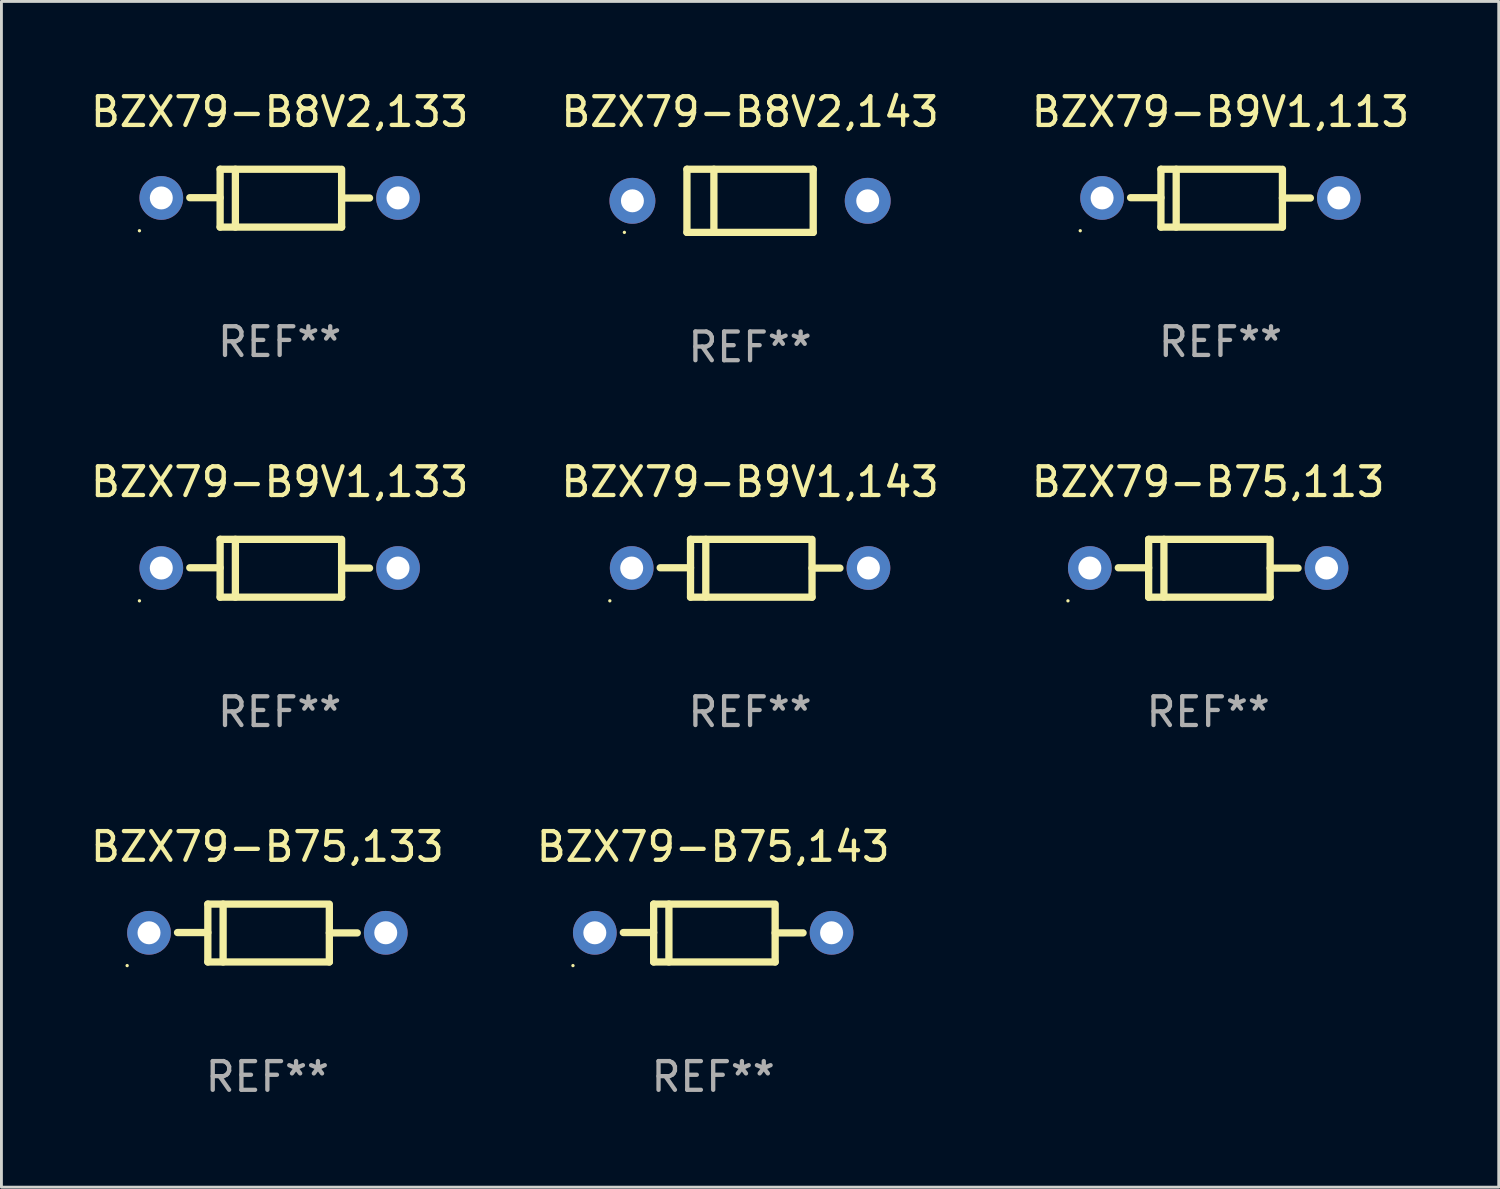
<source format=kicad_pcb>
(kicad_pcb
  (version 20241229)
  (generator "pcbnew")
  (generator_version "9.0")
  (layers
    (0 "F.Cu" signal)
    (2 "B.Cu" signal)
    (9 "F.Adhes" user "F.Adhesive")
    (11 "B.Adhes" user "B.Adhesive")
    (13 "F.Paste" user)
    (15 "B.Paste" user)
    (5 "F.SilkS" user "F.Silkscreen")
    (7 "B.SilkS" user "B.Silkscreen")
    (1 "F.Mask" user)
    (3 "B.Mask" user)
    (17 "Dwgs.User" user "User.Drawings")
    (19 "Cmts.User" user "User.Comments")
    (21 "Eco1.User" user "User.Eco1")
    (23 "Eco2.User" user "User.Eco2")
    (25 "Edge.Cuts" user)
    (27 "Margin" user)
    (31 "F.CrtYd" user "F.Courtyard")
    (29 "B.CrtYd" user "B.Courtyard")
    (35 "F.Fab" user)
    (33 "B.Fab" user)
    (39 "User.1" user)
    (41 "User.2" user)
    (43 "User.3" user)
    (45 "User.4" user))
  (footprint "BZX79-B75,133"
    (layer "F.Cu")
    (at 6.268 29.465)
    (property "Reference" "BZX79-B75,133" (at 0 -3.008 0) (layer "F.SilkS") (effects (font (size 1 1) (thickness 0.15))))
    (attr through_hole)
    (fp_line (start -2.075 -1.008) (end -2.075 1.008) (stroke (width 0.254) (type solid)) (layer "F.SilkS"))
    (fp_line (start -2.075 -0.017) (end -3.132 -0.017) (stroke (width 0.254) (type solid)) (layer "F.SilkS"))
    (fp_line (start -2.075 1.008) (end 2.159 1.008) (stroke (width 0.254) (type solid)) (layer "F.SilkS"))
    (fp_line (start -1.543 -1.008) (end -1.543 1.008) (stroke (width 0.254) (type solid)) (layer "F.SilkS"))
    (fp_line (start 2.075 -1.008) (end -2.075 -1.008) (stroke (width 0.254) (type solid)) (layer "F.SilkS"))
    (fp_line (start 2.159 -0.005) (end 3.132 -0.005) (stroke (width 0.254) (type solid)) (layer "F.SilkS"))
    (fp_line (start 2.159 1.008) (end 2.159 -1.008) (stroke (width 0.254) (type solid)) (layer "F.SilkS"))
    (fp_circle (center -4.887 1.135) (end -4.857 1.135) (stroke (width 0.06) (type solid)) (fill no) (layer "F.SilkS"))
    (fp_text user "REF**" (at 0 5.008 0) (layer "F.Fab") (effects (font (size 1 1) (thickness 0.15))))
    (pad "1" thru_hole circle (at -4.125 -0.008) (size 1.524 1.524) (drill 0.8) (layers "*.Cu" "*.Mask"))
    (pad "2" thru_hole circle (at 4.125 -0.008) (size 1.524 1.524) (drill 0.8) (layers "*.Cu" "*.Mask")))
  (footprint "BZX79-B9V1,113"
    (layer "F.Cu")
    (at 39.482 3.856)
    (property "Reference" "BZX79-B9V1,113" (at 0 -3.008 0) (layer "F.SilkS") (effects (font (size 1 1) (thickness 0.15))))
    (attr through_hole)
    (fp_line (start -2.075 -1.008) (end -2.075 1.008) (stroke (width 0.254) (type solid)) (layer "F.SilkS"))
    (fp_line (start -2.075 -0.017) (end -3.132 -0.017) (stroke (width 0.254) (type solid)) (layer "F.SilkS"))
    (fp_line (start -2.075 1.008) (end 2.159 1.008) (stroke (width 0.254) (type solid)) (layer "F.SilkS"))
    (fp_line (start -1.543 -1.008) (end -1.543 1.008) (stroke (width 0.254) (type solid)) (layer "F.SilkS"))
    (fp_line (start 2.075 -1.008) (end -2.075 -1.008) (stroke (width 0.254) (type solid)) (layer "F.SilkS"))
    (fp_line (start 2.159 -0.005) (end 3.132 -0.005) (stroke (width 0.254) (type solid)) (layer "F.SilkS"))
    (fp_line (start 2.159 1.008) (end 2.159 -1.008) (stroke (width 0.254) (type solid)) (layer "F.SilkS"))
    (fp_circle (center -4.887 1.135) (end -4.857 1.135) (stroke (width 0.06) (type solid)) (fill no) (layer "F.SilkS"))
    (fp_text user "REF**" (at 0 5.008 0) (layer "F.Fab") (effects (font (size 1 1) (thickness 0.15))))
    (pad "1" thru_hole circle (at -4.125 -0.008) (size 1.524 1.524) (drill 0.8) (layers "*.Cu" "*.Mask"))
    (pad "2" thru_hole circle (at 4.125 -0.008) (size 1.524 1.524) (drill 0.8) (layers "*.Cu" "*.Mask")))
  (footprint "BZX79-B9V1,143"
    (layer "F.Cu")
    (at 23.089 16.753)
    (property "Reference" "BZX79-B9V1,143" (at 0 -3.008 0) (layer "F.SilkS") (effects (font (size 1 1) (thickness 0.15))))
    (attr through_hole)
    (fp_line (start -2.075 -1.008) (end -2.075 1.008) (stroke (width 0.254) (type solid)) (layer "F.SilkS"))
    (fp_line (start -2.075 -0.017) (end -3.132 -0.017) (stroke (width 0.254) (type solid)) (layer "F.SilkS"))
    (fp_line (start -2.075 1.008) (end 2.159 1.008) (stroke (width 0.254) (type solid)) (layer "F.SilkS"))
    (fp_line (start -1.543 -1.008) (end -1.543 1.008) (stroke (width 0.254) (type solid)) (layer "F.SilkS"))
    (fp_line (start 2.075 -1.008) (end -2.075 -1.008) (stroke (width 0.254) (type solid)) (layer "F.SilkS"))
    (fp_line (start 2.159 -0.005) (end 3.132 -0.005) (stroke (width 0.254) (type solid)) (layer "F.SilkS"))
    (fp_line (start 2.159 1.008) (end 2.159 -1.008) (stroke (width 0.254) (type solid)) (layer "F.SilkS"))
    (fp_circle (center -4.887 1.135) (end -4.857 1.135) (stroke (width 0.06) (type solid)) (fill no) (layer "F.SilkS"))
    (fp_text user "REF**" (at 0 5.008 0) (layer "F.Fab") (effects (font (size 1 1) (thickness 0.15))))
    (pad "1" thru_hole circle (at -4.125 -0.008) (size 1.524 1.524) (drill 0.8) (layers "*.Cu" "*.Mask"))
    (pad "2" thru_hole circle (at 4.125 -0.008) (size 1.524 1.524) (drill 0.8) (layers "*.Cu" "*.Mask")))
  (footprint "BZX79-B8V2,133"
    (layer "F.Cu")
    (at 6.696 3.856)
    (property "Reference" "BZX79-B8V2,133" (at 0 -3.008 0) (layer "F.SilkS") (effects (font (size 1 1) (thickness 0.15))))
    (attr through_hole)
    (fp_line (start -2.075 -1.008) (end -2.075 1.008) (stroke (width 0.254) (type solid)) (layer "F.SilkS"))
    (fp_line (start -2.075 -0.017) (end -3.132 -0.017) (stroke (width 0.254) (type solid)) (layer "F.SilkS"))
    (fp_line (start -2.075 1.008) (end 2.159 1.008) (stroke (width 0.254) (type solid)) (layer "F.SilkS"))
    (fp_line (start -1.543 -1.008) (end -1.543 1.008) (stroke (width 0.254) (type solid)) (layer "F.SilkS"))
    (fp_line (start 2.075 -1.008) (end -2.075 -1.008) (stroke (width 0.254) (type solid)) (layer "F.SilkS"))
    (fp_line (start 2.159 -0.005) (end 3.132 -0.005) (stroke (width 0.254) (type solid)) (layer "F.SilkS"))
    (fp_line (start 2.159 1.008) (end 2.159 -1.008) (stroke (width 0.254) (type solid)) (layer "F.SilkS"))
    (fp_circle (center -4.887 1.135) (end -4.857 1.135) (stroke (width 0.06) (type solid)) (fill no) (layer "F.SilkS"))
    (fp_text user "REF**" (at 0 5.008 0) (layer "F.Fab") (effects (font (size 1 1) (thickness 0.15))))
    (pad "1" thru_hole circle (at -4.125 -0.008) (size 1.524 1.524) (drill 0.8) (layers "*.Cu" "*.Mask"))
    (pad "2" thru_hole circle (at 4.125 -0.008) (size 1.524 1.524) (drill 0.8) (layers "*.Cu" "*.Mask")))
  (footprint "BZX79-B8V2,143"
    (layer "F.Cu")
    (at 23.089 3.948)
    (property "Reference" "BZX79-B8V2,143" (at 0 -3.1 0) (layer "F.SilkS") (effects (font (size 1 1) (thickness 0.15))))
    (attr through_hole)
    (fp_line (start -2.2 -1.1) (end -2.2 1.1) (stroke (width 0.254) (type solid)) (layer "F.SilkS"))
    (fp_line (start -2.2 -1.1) (end 2.2 -1.1) (stroke (width 0.254) (type solid)) (layer "F.SilkS"))
    (fp_line (start -2.2 1.1) (end 2.2 1.1) (stroke (width 0.254) (type solid)) (layer "F.SilkS"))
    (fp_line (start -1.261 -1.1) (end -1.261 1.1) (stroke (width 0.254) (type solid)) (layer "F.SilkS"))
    (fp_line (start 2.2 -1.1) (end 2.2 1.1) (stroke (width 0.254) (type solid)) (layer "F.SilkS"))
    (fp_circle (center -4.38 1.1) (end -4.35 1.1) (stroke (width 0.06) (type solid)) (fill no) (layer "F.SilkS"))
    (fp_text user "REF**" (at 0 5.1 0) (layer "F.Fab") (effects (font (size 1 1) (thickness 0.15))))
    (pad "1" thru_hole circle (at -4.1 0) (size 1.6 1.6) (drill 0.8) (layers "*.Cu" "*.Mask"))
    (pad "2" thru_hole circle (at 4.1 0) (size 1.6 1.6) (drill 0.8) (layers "*.Cu" "*.Mask")))
  (footprint "BZX79-B9V1,133"
    (layer "F.Cu")
    (at 6.696 16.753)
    (property "Reference" "BZX79-B9V1,133" (at 0 -3.008 0) (layer "F.SilkS") (effects (font (size 1 1) (thickness 0.15))))
    (attr through_hole)
    (fp_line (start -2.075 -1.008) (end -2.075 1.008) (stroke (width 0.254) (type solid)) (layer "F.SilkS"))
    (fp_line (start -2.075 -0.017) (end -3.132 -0.017) (stroke (width 0.254) (type solid)) (layer "F.SilkS"))
    (fp_line (start -2.075 1.008) (end 2.159 1.008) (stroke (width 0.254) (type solid)) (layer "F.SilkS"))
    (fp_line (start -1.543 -1.008) (end -1.543 1.008) (stroke (width 0.254) (type solid)) (layer "F.SilkS"))
    (fp_line (start 2.075 -1.008) (end -2.075 -1.008) (stroke (width 0.254) (type solid)) (layer "F.SilkS"))
    (fp_line (start 2.159 -0.005) (end 3.132 -0.005) (stroke (width 0.254) (type solid)) (layer "F.SilkS"))
    (fp_line (start 2.159 1.008) (end 2.159 -1.008) (stroke (width 0.254) (type solid)) (layer "F.SilkS"))
    (fp_circle (center -4.887 1.135) (end -4.857 1.135) (stroke (width 0.06) (type solid)) (fill no) (layer "F.SilkS"))
    (fp_text user "REF**" (at 0 5.008 0) (layer "F.Fab") (effects (font (size 1 1) (thickness 0.15))))
    (pad "1" thru_hole circle (at -4.125 -0.008) (size 1.524 1.524) (drill 0.8) (layers "*.Cu" "*.Mask"))
    (pad "2" thru_hole circle (at 4.125 -0.008) (size 1.524 1.524) (drill 0.8) (layers "*.Cu" "*.Mask")))
  (footprint "BZX79-B75,143"
    (layer "F.Cu")
    (at 21.804 29.465)
    (property "Reference" "BZX79-B75,143" (at 0 -3.008 0) (layer "F.SilkS") (effects (font (size 1 1) (thickness 0.15))))
    (attr through_hole)
    (fp_line (start -2.075 -1.008) (end -2.075 1.008) (stroke (width 0.254) (type solid)) (layer "F.SilkS"))
    (fp_line (start -2.075 -0.017) (end -3.132 -0.017) (stroke (width 0.254) (type solid)) (layer "F.SilkS"))
    (fp_line (start -2.075 1.008) (end 2.159 1.008) (stroke (width 0.254) (type solid)) (layer "F.SilkS"))
    (fp_line (start -1.543 -1.008) (end -1.543 1.008) (stroke (width 0.254) (type solid)) (layer "F.SilkS"))
    (fp_line (start 2.075 -1.008) (end -2.075 -1.008) (stroke (width 0.254) (type solid)) (layer "F.SilkS"))
    (fp_line (start 2.159 -0.005) (end 3.132 -0.005) (stroke (width 0.254) (type solid)) (layer "F.SilkS"))
    (fp_line (start 2.159 1.008) (end 2.159 -1.008) (stroke (width 0.254) (type solid)) (layer "F.SilkS"))
    (fp_circle (center -4.887 1.135) (end -4.857 1.135) (stroke (width 0.06) (type solid)) (fill no) (layer "F.SilkS"))
    (fp_text user "REF**" (at 0 5.008 0) (layer "F.Fab") (effects (font (size 1 1) (thickness 0.15))))
    (pad "1" thru_hole circle (at -4.125 -0.008) (size 1.524 1.524) (drill 0.8) (layers "*.Cu" "*.Mask"))
    (pad "2" thru_hole circle (at 4.125 -0.008) (size 1.524 1.524) (drill 0.8) (layers "*.Cu" "*.Mask")))
  (footprint "BZX79-B75,113"
    (layer "F.Cu")
    (at 39.054 16.753)
    (property "Reference" "BZX79-B75,113" (at 0 -3.008 0) (layer "F.SilkS") (effects (font (size 1 1) (thickness 0.15))))
    (attr through_hole)
    (fp_line (start -2.075 -1.008) (end -2.075 1.008) (stroke (width 0.254) (type solid)) (layer "F.SilkS"))
    (fp_line (start -2.075 -0.017) (end -3.132 -0.017) (stroke (width 0.254) (type solid)) (layer "F.SilkS"))
    (fp_line (start -2.075 1.008) (end 2.159 1.008) (stroke (width 0.254) (type solid)) (layer "F.SilkS"))
    (fp_line (start -1.543 -1.008) (end -1.543 1.008) (stroke (width 0.254) (type solid)) (layer "F.SilkS"))
    (fp_line (start 2.075 -1.008) (end -2.075 -1.008) (stroke (width 0.254) (type solid)) (layer "F.SilkS"))
    (fp_line (start 2.159 -0.005) (end 3.132 -0.005) (stroke (width 0.254) (type solid)) (layer "F.SilkS"))
    (fp_line (start 2.159 1.008) (end 2.159 -1.008) (stroke (width 0.254) (type solid)) (layer "F.SilkS"))
    (fp_circle (center -4.887 1.135) (end -4.857 1.135) (stroke (width 0.06) (type solid)) (fill no) (layer "F.SilkS"))
    (fp_text user "REF**" (at 0 5.008 0) (layer "F.Fab") (effects (font (size 1 1) (thickness 0.15))))
    (pad "1" thru_hole circle (at -4.125 -0.008) (size 1.524 1.524) (drill 0.8) (layers "*.Cu" "*.Mask"))
    (pad "2" thru_hole circle (at 4.125 -0.008) (size 1.524 1.524) (drill 0.8) (layers "*.Cu" "*.Mask")))
  (gr_rect
    (start -3 -3)
    (end 49.179 38.322)
    (stroke (width 0.1) (type default))
    (fill no)
    (layer "Edge.Cuts")))
</source>
